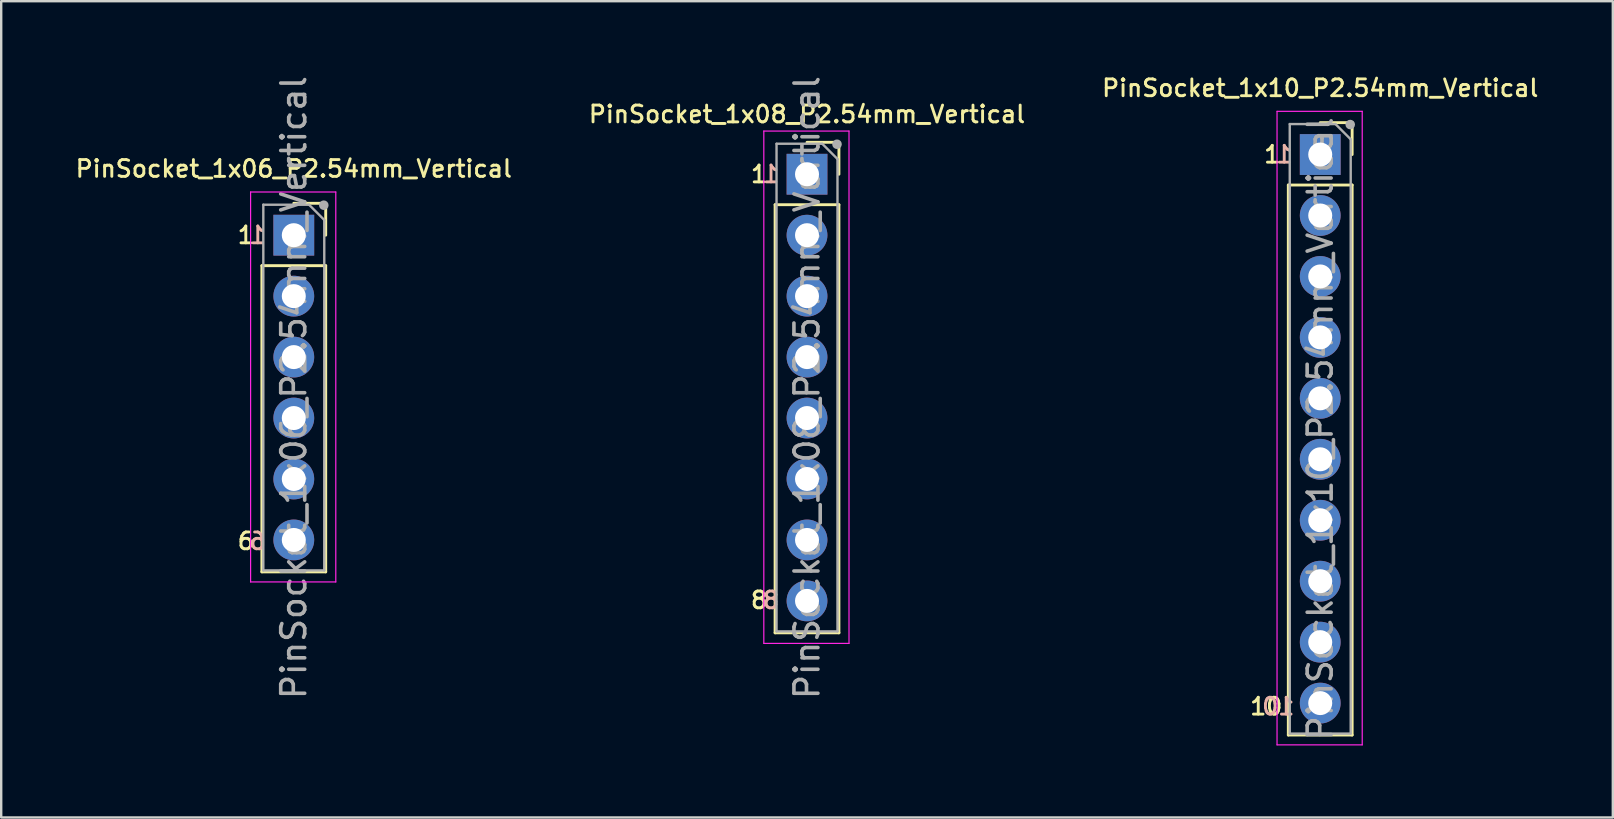
<source format=kicad_pcb>
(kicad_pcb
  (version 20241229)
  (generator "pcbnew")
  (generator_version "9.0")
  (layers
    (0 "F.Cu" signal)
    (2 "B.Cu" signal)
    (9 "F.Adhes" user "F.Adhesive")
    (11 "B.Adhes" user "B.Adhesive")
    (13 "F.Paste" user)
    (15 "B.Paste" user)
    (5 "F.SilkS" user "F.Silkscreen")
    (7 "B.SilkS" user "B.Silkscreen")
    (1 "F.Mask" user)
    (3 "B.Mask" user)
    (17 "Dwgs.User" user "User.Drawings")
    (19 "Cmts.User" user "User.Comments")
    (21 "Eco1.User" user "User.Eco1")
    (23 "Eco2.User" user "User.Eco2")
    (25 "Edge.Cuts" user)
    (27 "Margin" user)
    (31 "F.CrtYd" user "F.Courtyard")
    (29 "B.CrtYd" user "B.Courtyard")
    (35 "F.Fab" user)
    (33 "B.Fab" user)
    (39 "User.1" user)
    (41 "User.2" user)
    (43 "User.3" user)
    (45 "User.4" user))
  (footprint "PinSocket_1x10_P2.54mm_Vertical"
    (layer "F.Cu")
    (at 51.967 3.39)
    (property "Reference" "PinSocket_1x10_P2.54mm_Vertical" (at 0 -2.77 0) (layer "F.SilkS") (effects (font (size 0.7 0.7) (thickness 0.12))))
    (attr through_hole)
    (fp_line (start -1.33 1.27) (end -1.33 24.19) (stroke (width 0.12) (type solid)) (layer "F.SilkS"))
    (fp_line (start -1.33 1.27) (end 1.33 1.27) (stroke (width 0.12) (type solid)) (layer "F.SilkS"))
    (fp_line (start -1.33 24.19) (end 1.33 24.19) (stroke (width 0.12) (type solid)) (layer "F.SilkS"))
    (fp_line (start 0 -1.33) (end 1.33 -1.33) (stroke (width 0.12) (type solid)) (layer "F.SilkS"))
    (fp_line (start 1.33 -1.33) (end 1.33 0) (stroke (width 0.12) (type solid)) (layer "F.SilkS"))
    (fp_line (start 1.33 1.27) (end 1.33 24.19) (stroke (width 0.12) (type solid)) (layer "F.SilkS"))
    (fp_line (start -1.8 -1.8) (end 1.75 -1.8) (stroke (width 0.05) (type solid)) (layer "F.CrtYd"))
    (fp_line (start -1.8 24.6) (end -1.8 -1.8) (stroke (width 0.05) (type solid)) (layer "F.CrtYd"))
    (fp_line (start 1.75 -1.8) (end 1.75 24.6) (stroke (width 0.05) (type solid)) (layer "F.CrtYd"))
    (fp_line (start 1.75 24.6) (end -1.8 24.6) (stroke (width 0.05) (type solid)) (layer "F.CrtYd"))
    (fp_line (start -1.27 -1.27) (end 0.635 -1.27) (stroke (width 0.1) (type solid)) (layer "F.Fab"))
    (fp_line (start -1.27 24.13) (end -1.27 -1.27) (stroke (width 0.1) (type solid)) (layer "F.Fab"))
    (fp_line (start 0.635 -1.27) (end 1.27 -0.635) (stroke (width 0.1) (type solid)) (layer "F.Fab"))
    (fp_line (start 1.27 -0.635) (end 1.27 24.13) (stroke (width 0.1) (type solid)) (layer "F.Fab"))
    (fp_line (start 1.27 24.13) (end -1.27 24.13) (stroke (width 0.1) (type solid)) (layer "F.Fab"))
    (fp_circle (center 1.25 -1.25) (end 1.35 -1.25) (stroke (width 0.2) (type solid)) (fill no) (layer "F.Fab"))
    (fp_text user "1" (at -2 0 0) (layer "F.SilkS") (effects (font (size 0.7 0.7) (thickness 0.12))))
    (fp_text user "10" (at -2.25 23 0) (layer "F.SilkS") (effects (font (size 0.7 0.7) (thickness 0.12))))
    (fp_text user "1" (at -1.5 0 0) (layer "B.SilkS") (effects (font (size 0.7 0.7) (thickness 0.12)) (justify mirror)))
    (fp_text user "10" (at -1.75 23 0) (layer "B.SilkS") (effects (font (size 0.7 0.7) (thickness 0.12)) (justify mirror)))
    (fp_text user "${REFERENCE}" (at 0 11.43 90) (layer "F.Fab") (effects (font (size 1 1) (thickness 0.15))))
    (pad "1" thru_hole rect (at 0 0) (size 1.7 1.7) (drill 1) (layers "*.Cu" "*.Mask"))
    (pad "2" thru_hole oval (at 0 2.54) (size 1.7 1.7) (drill 1) (layers "*.Cu" "*.Mask"))
    (pad "3" thru_hole oval (at 0 5.08) (size 1.7 1.7) (drill 1) (layers "*.Cu" "*.Mask"))
    (pad "4" thru_hole oval (at 0 7.62) (size 1.7 1.7) (drill 1) (layers "*.Cu" "*.Mask"))
    (pad "5" thru_hole oval (at 0 10.16) (size 1.7 1.7) (drill 1) (layers "*.Cu" "*.Mask"))
    (pad "6" thru_hole oval (at 0 12.7) (size 1.7 1.7) (drill 1) (layers "*.Cu" "*.Mask"))
    (pad "7" thru_hole oval (at 0 15.24) (size 1.7 1.7) (drill 1) (layers "*.Cu" "*.Mask"))
    (pad "8" thru_hole oval (at 0 17.78) (size 1.7 1.7) (drill 1) (layers "*.Cu" "*.Mask"))
    (pad "9" thru_hole oval (at 0 20.32) (size 1.7 1.7) (drill 1) (layers "*.Cu" "*.Mask"))
    (pad "10" thru_hole oval (at 0 22.86) (size 1.7 1.7) (drill 1) (layers "*.Cu" "*.Mask")))
  (footprint "PinSocket_1x08_P2.54mm_Vertical"
    (layer "F.Cu")
    (at 30.58 4.211)
    (property "Reference" "PinSocket_1x08_P2.54mm_Vertical" (at 0 -2.5 0) (layer "F.SilkS") (effects (font (size 0.7 0.7) (thickness 0.12))))
    (attr through_hole)
    (fp_line (start -1.33 1.27) (end -1.33 19.11) (stroke (width 0.12) (type solid)) (layer "F.SilkS"))
    (fp_line (start -1.33 1.27) (end 1.33 1.27) (stroke (width 0.12) (type solid)) (layer "F.SilkS"))
    (fp_line (start -1.33 19.11) (end 1.33 19.11) (stroke (width 0.12) (type solid)) (layer "F.SilkS"))
    (fp_line (start 0 -1.33) (end 1.33 -1.33) (stroke (width 0.12) (type solid)) (layer "F.SilkS"))
    (fp_line (start 1.33 -1.33) (end 1.33 0) (stroke (width 0.12) (type solid)) (layer "F.SilkS"))
    (fp_line (start 1.33 1.27) (end 1.33 19.11) (stroke (width 0.12) (type solid)) (layer "F.SilkS"))
    (fp_line (start -1.8 -1.8) (end 1.75 -1.8) (stroke (width 0.05) (type solid)) (layer "F.CrtYd"))
    (fp_line (start -1.8 19.55) (end -1.8 -1.8) (stroke (width 0.05) (type solid)) (layer "F.CrtYd"))
    (fp_line (start 1.75 -1.8) (end 1.75 19.55) (stroke (width 0.05) (type solid)) (layer "F.CrtYd"))
    (fp_line (start 1.75 19.55) (end -1.8 19.55) (stroke (width 0.05) (type solid)) (layer "F.CrtYd"))
    (fp_line (start -1.27 -1.27) (end 0.635 -1.27) (stroke (width 0.1) (type solid)) (layer "F.Fab"))
    (fp_line (start -1.27 19.05) (end -1.27 -1.27) (stroke (width 0.1) (type solid)) (layer "F.Fab"))
    (fp_line (start 0.635 -1.27) (end 1.27 -0.635) (stroke (width 0.1) (type solid)) (layer "F.Fab"))
    (fp_line (start 1.27 -0.635) (end 1.27 19.05) (stroke (width 0.1) (type solid)) (layer "F.Fab"))
    (fp_line (start 1.27 19.05) (end -1.27 19.05) (stroke (width 0.1) (type solid)) (layer "F.Fab"))
    (fp_circle (center 1.25 -1.25) (end 1.15 -1.25) (stroke (width 0.2) (type solid)) (fill no) (layer "F.Fab"))
    (fp_text user "1" (at -2 0 0) (layer "F.SilkS") (effects (font (size 0.7 0.7) (thickness 0.12))))
    (fp_text user "8" (at -2 17.75 0) (layer "F.SilkS") (effects (font (size 0.7 0.7) (thickness 0.12))))
    (fp_text user "1" (at -1.5 0 0) (layer "B.SilkS") (effects (font (size 0.7 0.7) (thickness 0.12)) (justify mirror)))
    (fp_text user "8" (at -1.5 17.75 0) (layer "B.SilkS") (effects (font (size 0.7 0.7) (thickness 0.12)) (justify mirror)))
    (fp_text user "${REFERENCE}" (at 0 8.89 90) (layer "F.Fab") (effects (font (size 1 1) (thickness 0.15))))
    (pad "1" thru_hole rect (at 0 0) (size 1.7 1.7) (drill 1) (layers "*.Cu" "*.Mask"))
    (pad "2" thru_hole oval (at 0 2.54) (size 1.7 1.7) (drill 1) (layers "*.Cu" "*.Mask"))
    (pad "3" thru_hole oval (at 0 5.08) (size 1.7 1.7) (drill 1) (layers "*.Cu" "*.Mask"))
    (pad "4" thru_hole oval (at 0 7.62) (size 1.7 1.7) (drill 1) (layers "*.Cu" "*.Mask"))
    (pad "5" thru_hole oval (at 0 10.16) (size 1.7 1.7) (drill 1) (layers "*.Cu" "*.Mask"))
    (pad "6" thru_hole oval (at 0 12.7) (size 1.7 1.7) (drill 1) (layers "*.Cu" "*.Mask"))
    (pad "7" thru_hole oval (at 0 15.24) (size 1.7 1.7) (drill 1) (layers "*.Cu" "*.Mask"))
    (pad "8" thru_hole oval (at 0 17.78) (size 1.7 1.7) (drill 1) (layers "*.Cu" "*.Mask")))
  (footprint "PinSocket_1x06_P2.54mm_Vertical"
    (layer "F.Cu")
    (at 9.193 6.751)
    (property "Reference" "PinSocket_1x06_P2.54mm_Vertical" (at 0 -2.77 0) (layer "F.SilkS") (effects (font (size 0.7 0.7) (thickness 0.12))))
    (attr through_hole)
    (fp_line (start -1.33 1.27) (end -1.33 14.03) (stroke (width 0.12) (type solid)) (layer "F.SilkS"))
    (fp_line (start -1.33 1.27) (end 1.33 1.27) (stroke (width 0.12) (type solid)) (layer "F.SilkS"))
    (fp_line (start -1.33 14.03) (end 1.33 14.03) (stroke (width 0.12) (type solid)) (layer "F.SilkS"))
    (fp_line (start 0 -1.33) (end 1.33 -1.33) (stroke (width 0.12) (type solid)) (layer "F.SilkS"))
    (fp_line (start 1.33 -1.33) (end 1.33 0) (stroke (width 0.12) (type solid)) (layer "F.SilkS"))
    (fp_line (start 1.33 1.27) (end 1.33 14.03) (stroke (width 0.12) (type solid)) (layer "F.SilkS"))
    (fp_line (start -1.8 -1.8) (end 1.75 -1.8) (stroke (width 0.05) (type solid)) (layer "F.CrtYd"))
    (fp_line (start -1.8 14.45) (end -1.8 -1.8) (stroke (width 0.05) (type solid)) (layer "F.CrtYd"))
    (fp_line (start 1.75 -1.8) (end 1.75 14.45) (stroke (width 0.05) (type solid)) (layer "F.CrtYd"))
    (fp_line (start 1.75 14.45) (end -1.8 14.45) (stroke (width 0.05) (type solid)) (layer "F.CrtYd"))
    (fp_line (start -1.27 -1.27) (end 0.635 -1.27) (stroke (width 0.1) (type solid)) (layer "F.Fab"))
    (fp_line (start -1.27 13.97) (end -1.27 -1.27) (stroke (width 0.1) (type solid)) (layer "F.Fab"))
    (fp_line (start 0.635 -1.27) (end 1.27 -0.635) (stroke (width 0.1) (type solid)) (layer "F.Fab"))
    (fp_line (start 1.27 -0.635) (end 1.27 13.97) (stroke (width 0.1) (type solid)) (layer "F.Fab"))
    (fp_line (start 1.27 13.97) (end -1.27 13.97) (stroke (width 0.1) (type solid)) (layer "F.Fab"))
    (fp_circle (center 1.25 -1.25) (end 1.15 -1.25) (stroke (width 0.2) (type solid)) (fill no) (layer "F.Fab"))
    (fp_text user "1" (at -2 0 0) (layer "F.SilkS") (effects (font (size 0.7 0.7) (thickness 0.12))))
    (fp_text user "6" (at -2 12.75 0) (layer "F.SilkS") (effects (font (size 0.7 0.7) (thickness 0.12))))
    (fp_text user "6" (at -1.5 12.75 0) (layer "B.SilkS") (effects (font (size 0.7 0.7) (thickness 0.12)) (justify mirror)))
    (fp_text user "1" (at -1.5 0 0) (layer "B.SilkS") (effects (font (size 0.7 0.7) (thickness 0.12)) (justify mirror)))
    (fp_text user "${REFERENCE}" (at 0 6.35 90) (layer "F.Fab") (effects (font (size 1 1) (thickness 0.15))))
    (pad "1" thru_hole rect (at 0 0) (size 1.7 1.7) (drill 1) (layers "*.Cu" "*.Mask"))
    (pad "2" thru_hole oval (at 0 2.54) (size 1.7 1.7) (drill 1) (layers "*.Cu" "*.Mask"))
    (pad "3" thru_hole oval (at 0 5.08) (size 1.7 1.7) (drill 1) (layers "*.Cu" "*.Mask"))
    (pad "4" thru_hole oval (at 0 7.62) (size 1.7 1.7) (drill 1) (layers "*.Cu" "*.Mask"))
    (pad "5" thru_hole oval (at 0 10.16) (size 1.7 1.7) (drill 1) (layers "*.Cu" "*.Mask"))
    (pad "6" thru_hole oval (at 0 12.7) (size 1.7 1.7) (drill 1) (layers "*.Cu" "*.Mask")))
  (gr_rect
    (start -3 -3)
    (end 64.16 31.015)
    (stroke (width 0.1) (type default))
    (fill no)
    (layer "Edge.Cuts")))
</source>
